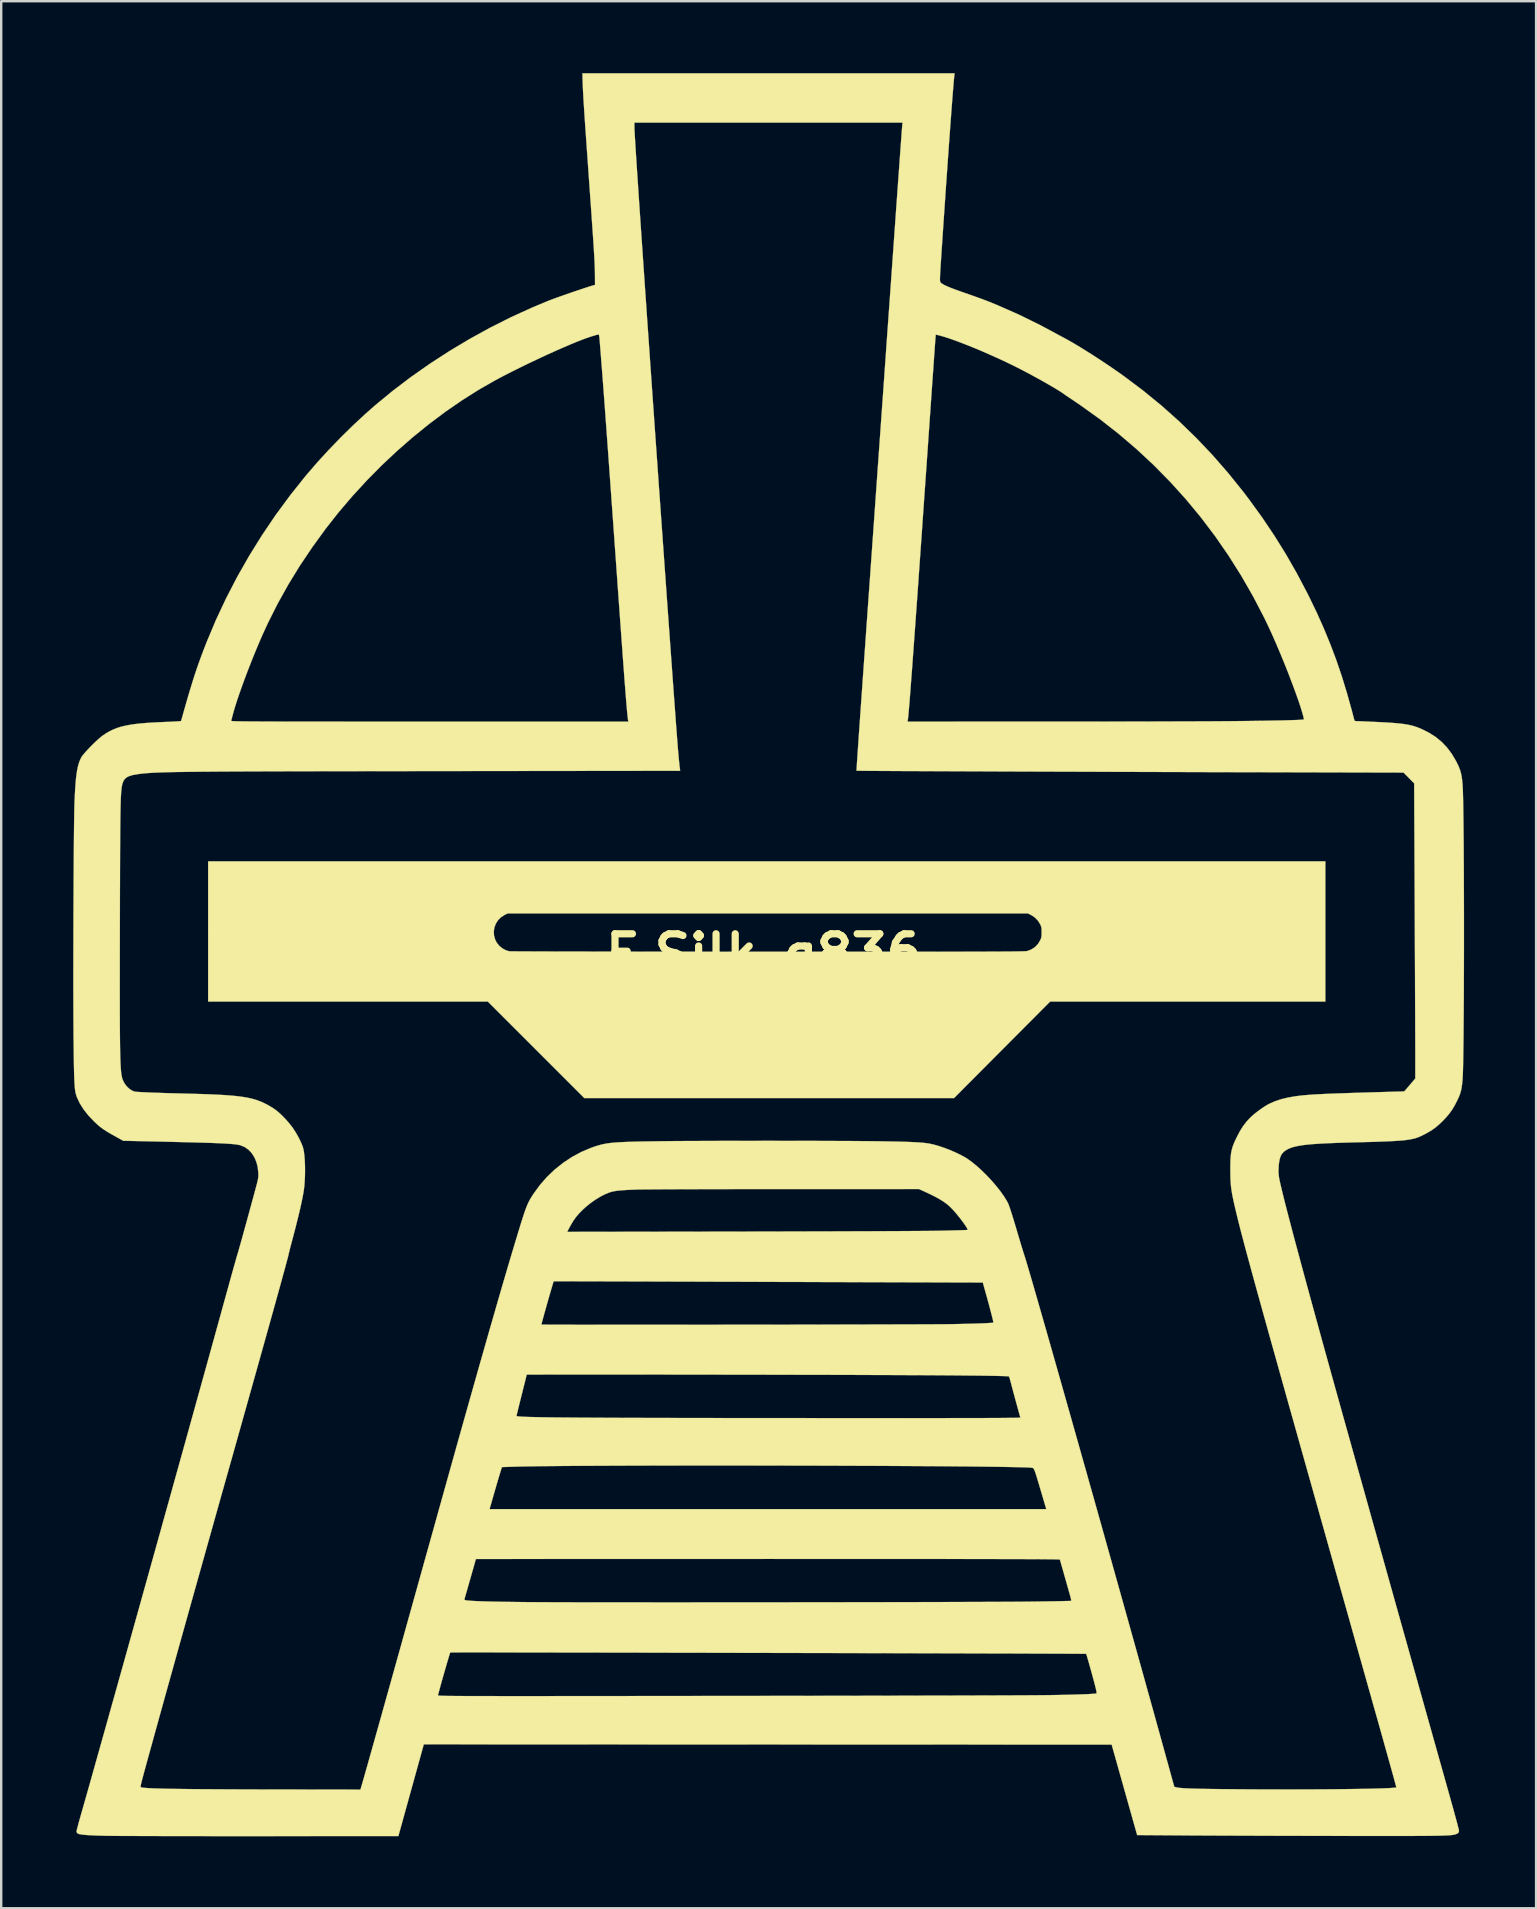
<source format=kicad_pcb>
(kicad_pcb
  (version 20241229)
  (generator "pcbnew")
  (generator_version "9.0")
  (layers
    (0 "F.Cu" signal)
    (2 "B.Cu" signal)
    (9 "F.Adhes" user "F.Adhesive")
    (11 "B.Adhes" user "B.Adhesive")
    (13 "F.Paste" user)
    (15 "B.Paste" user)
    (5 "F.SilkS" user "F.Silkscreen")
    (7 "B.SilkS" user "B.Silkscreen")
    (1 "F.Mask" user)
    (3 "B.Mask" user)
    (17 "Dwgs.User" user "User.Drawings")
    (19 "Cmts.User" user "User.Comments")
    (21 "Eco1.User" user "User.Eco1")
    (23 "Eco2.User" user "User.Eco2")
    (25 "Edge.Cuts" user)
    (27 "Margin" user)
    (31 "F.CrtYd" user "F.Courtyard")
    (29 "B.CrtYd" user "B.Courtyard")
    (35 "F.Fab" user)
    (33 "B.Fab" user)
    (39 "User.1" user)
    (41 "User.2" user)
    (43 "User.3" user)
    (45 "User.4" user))
  (footprint "F.Silk_g836"
    (layer "F.Cu")
    (at 28.777 36.687)
    (property "Reference" "F.Silk_g836" (at 0 0 0) (layer "F.SilkS") (effects (font (size 1.524 1.524) (thickness 0.3))))
    (attr through_hole)
    (fp_poly (pts (xy 23.389 1.99) (xy 11.922 1.99) (xy 9.92 4) (xy 7.919 6.011) (xy -7.482 6.011) (xy -9.493 4) (xy -11.504 1.99) (xy -23.156 1.99) (xy -23.156 -0.936) (xy -11.255 -0.936) (xy -11.246 -0.766) (xy -11.2 -0.598) (xy -11.13 -0.461) (xy -11.025 -0.332) (xy -10.893 -0.224) (xy -10.743 -0.144) (xy -10.618 -0.107) (xy -10.592 -0.106) (xy -10.524 -0.104) (xy -10.417 -0.103) (xy -10.271 -0.102) (xy -10.088 -0.101) (xy -9.869 -0.1) (xy -9.615 -0.099) (xy -9.328 -0.098) (xy -9.009 -0.097) (xy -8.658 -0.096) (xy -8.279 -0.095) (xy -7.871 -0.095) (xy -7.436 -0.094) (xy -6.975 -0.093) (xy -6.489 -0.092) (xy -5.981 -0.091) (xy -5.451 -0.091) (xy -4.899 -0.09) (xy -4.329 -0.09) (xy -3.74 -0.089) (xy -3.135 -0.089) (xy -2.514 -0.088) (xy -1.878 -0.088) (xy -1.23 -0.087) (xy -0.57 -0.087) (xy 0.1 -0.087) (xy 0.16 -0.087) (xy 0.969 -0.087) (xy 1.736 -0.087) (xy 2.464 -0.087) (xy 3.152 -0.087) (xy 3.803 -0.086) (xy 4.416 -0.086) (xy 4.994 -0.087) (xy 5.537 -0.087) (xy 6.046 -0.087) (xy 6.522 -0.087) (xy 6.967 -0.087) (xy 7.382 -0.088) (xy 7.767 -0.088) (xy 8.124 -0.088) (xy 8.453 -0.089) (xy 8.756 -0.09) (xy 9.034 -0.09) (xy 9.289 -0.091) (xy 9.52 -0.092) (xy 9.729 -0.093) (xy 9.918 -0.094) (xy 10.087 -0.095) (xy 10.237 -0.096) (xy 10.37 -0.097) (xy 10.486 -0.099) (xy 10.587 -0.1) (xy 10.673 -0.102) (xy 10.746 -0.103) (xy 10.807 -0.105) (xy 10.857 -0.107) (xy 10.897 -0.109) (xy 10.928 -0.111) (xy 10.951 -0.113) (xy 10.968 -0.116) (xy 10.976 -0.117) (xy 11.144 -0.183) (xy 11.294 -0.283) (xy 11.419 -0.415) (xy 11.512 -0.569) (xy 11.539 -0.631) (xy 11.555 -0.689) (xy 11.564 -0.755) (xy 11.567 -0.844) (xy 11.568 -0.9) (xy 11.566 -1.002) (xy 11.561 -1.075) (xy 11.549 -1.133) (xy 11.528 -1.189) (xy 11.505 -1.238) (xy 11.409 -1.389) (xy 11.281 -1.518) (xy 11.131 -1.617) (xy 11.123 -1.621) (xy 10.996 -1.683) (xy -10.679 -1.683) (xy -10.797 -1.625) (xy -10.95 -1.528) (xy -11.074 -1.405) (xy -11.167 -1.261) (xy -11.228 -1.103) (xy -11.255 -0.936) (xy -23.156 -0.936) (xy -23.156 -3.852) (xy 23.389 -3.852) (xy 23.389 1.99)) (stroke (width 0.01) (type solid)) (fill yes) (layer "F.SilkS"))
    (fp_poly (pts (xy 7.929 -36.571) (xy 7.92 -36.482) (xy 7.908 -36.354) (xy 7.894 -36.187) (xy 7.877 -35.983) (xy 7.858 -35.746) (xy 7.837 -35.476) (xy 7.814 -35.175) (xy 7.79 -34.846) (xy 7.763 -34.49) (xy 7.736 -34.11) (xy 7.706 -33.707) (xy 7.676 -33.283) (xy 7.645 -32.841) (xy 7.613 -32.382) (xy 7.579 -31.908) (xy 7.546 -31.422) (xy 7.512 -30.924) (xy 7.477 -30.418) (xy 7.473 -30.353) (xy 7.449 -29.992) (xy 7.427 -29.671) (xy 7.408 -29.387) (xy 7.391 -29.139) (xy 7.377 -28.922) (xy 7.365 -28.737) (xy 7.355 -28.579) (xy 7.347 -28.446) (xy 7.341 -28.336) (xy 7.337 -28.247) (xy 7.334 -28.176) (xy 7.333 -28.121) (xy 7.333 -28.079) (xy 7.334 -28.048) (xy 7.337 -28.026) (xy 7.34 -28.01) (xy 7.345 -27.998) (xy 7.349 -27.987) (xy 7.378 -27.95) (xy 7.434 -27.909) (xy 7.517 -27.862) (xy 7.632 -27.808) (xy 7.78 -27.747) (xy 7.963 -27.677) (xy 8.184 -27.598) (xy 8.297 -27.558) (xy 8.536 -27.475) (xy 8.74 -27.403) (xy 8.919 -27.339) (xy 9.078 -27.281) (xy 9.224 -27.226) (xy 9.364 -27.172) (xy 9.505 -27.115) (xy 9.653 -27.054) (xy 9.729 -27.023) (xy 10.609 -26.635) (xy 11.475 -26.21) (xy 11.906 -25.981) (xy 12.036 -25.911) (xy 12.167 -25.84) (xy 12.289 -25.774) (xy 12.393 -25.719) (xy 12.467 -25.679) (xy 12.672 -25.568) (xy 12.905 -25.434) (xy 13.161 -25.281) (xy 13.433 -25.112) (xy 13.718 -24.932) (xy 14.009 -24.743) (xy 14.301 -24.549) (xy 14.588 -24.353) (xy 14.866 -24.159) (xy 15 -24.063) (xy 15.792 -23.468) (xy 16.556 -22.844) (xy 17.291 -22.189) (xy 17.999 -21.503) (xy 18.682 -20.784) (xy 19.339 -20.031) (xy 19.972 -19.245) (xy 20.217 -18.922) (xy 20.762 -18.168) (xy 21.271 -17.41) (xy 21.749 -16.641) (xy 22.201 -15.851) (xy 22.633 -15.032) (xy 22.709 -14.88) (xy 23.031 -14.214) (xy 23.325 -13.556) (xy 23.595 -12.899) (xy 23.845 -12.236) (xy 24.076 -11.557) (xy 24.291 -10.855) (xy 24.495 -10.122) (xy 24.557 -9.883) (xy 24.581 -9.794) (xy 24.598 -9.739) (xy 24.615 -9.709) (xy 24.635 -9.697) (xy 24.664 -9.694) (xy 24.671 -9.694) (xy 24.707 -9.693) (xy 24.781 -9.691) (xy 24.885 -9.687) (xy 25.015 -9.681) (xy 25.166 -9.675) (xy 25.331 -9.667) (xy 25.444 -9.662) (xy 25.743 -9.648) (xy 26.005 -9.633) (xy 26.233 -9.617) (xy 26.431 -9.6) (xy 26.605 -9.58) (xy 26.758 -9.558) (xy 26.895 -9.532) (xy 27.02 -9.502) (xy 27.137 -9.467) (xy 27.251 -9.426) (xy 27.366 -9.379) (xy 27.396 -9.366) (xy 27.709 -9.21) (xy 27.988 -9.032) (xy 28.237 -8.827) (xy 28.459 -8.594) (xy 28.657 -8.329) (xy 28.834 -8.029) (xy 28.901 -7.895) (xy 28.96 -7.763) (xy 29.006 -7.641) (xy 29.041 -7.519) (xy 29.067 -7.385) (xy 29.089 -7.228) (xy 29.104 -7.07) (xy 29.11 -6.976) (xy 29.116 -6.843) (xy 29.122 -6.672) (xy 29.127 -6.466) (xy 29.132 -6.226) (xy 29.136 -5.955) (xy 29.14 -5.656) (xy 29.144 -5.331) (xy 29.147 -4.982) (xy 29.151 -4.61) (xy 29.153 -4.22) (xy 29.156 -3.812) (xy 29.158 -3.39) (xy 29.159 -2.954) (xy 29.161 -2.509) (xy 29.162 -2.056) (xy 29.163 -1.597) (xy 29.163 -1.134) (xy 29.163 -0.671) (xy 29.163 -0.208) (xy 29.162 0.251) (xy 29.161 0.704) (xy 29.159 1.149) (xy 29.158 1.584) (xy 29.156 2.006) (xy 29.153 2.413) (xy 29.15 2.803) (xy 29.147 3.173) (xy 29.144 3.522) (xy 29.14 3.847) (xy 29.136 4.145) (xy 29.132 4.414) (xy 29.127 4.653) (xy 29.122 4.858) (xy 29.116 5.028) (xy 29.11 5.16) (xy 29.104 5.249) (xy 29.086 5.431) (xy 29.065 5.581) (xy 29.038 5.711) (xy 29.002 5.831) (xy 28.956 5.952) (xy 28.895 6.085) (xy 28.894 6.088) (xy 28.783 6.305) (xy 28.672 6.492) (xy 28.551 6.661) (xy 28.413 6.824) (xy 28.279 6.964) (xy 28.129 7.108) (xy 27.989 7.227) (xy 27.845 7.332) (xy 27.685 7.43) (xy 27.508 7.527) (xy 27.424 7.569) (xy 27.342 7.607) (xy 27.26 7.641) (xy 27.176 7.671) (xy 27.085 7.697) (xy 26.985 7.72) (xy 26.873 7.74) (xy 26.747 7.758) (xy 26.603 7.774) (xy 26.439 7.787) (xy 26.251 7.799) (xy 26.037 7.81) (xy 25.793 7.82) (xy 25.518 7.83) (xy 25.208 7.839) (xy 24.859 7.848) (xy 24.659 7.853) (xy 24.262 7.864) (xy 23.904 7.875) (xy 23.583 7.888) (xy 23.297 7.901) (xy 23.043 7.916) (xy 22.819 7.932) (xy 22.622 7.951) (xy 22.449 7.972) (xy 22.298 7.996) (xy 22.166 8.022) (xy 22.051 8.051) (xy 21.95 8.084) (xy 21.861 8.121) (xy 21.78 8.162) (xy 21.766 8.17) (xy 21.663 8.242) (xy 21.583 8.329) (xy 21.524 8.436) (xy 21.482 8.569) (xy 21.455 8.734) (xy 21.444 8.869) (xy 21.437 9.024) (xy 21.44 9.153) (xy 21.452 9.271) (xy 21.458 9.313) (xy 21.48 9.426) (xy 21.513 9.578) (xy 21.558 9.77) (xy 21.614 10.002) (xy 21.681 10.273) (xy 21.76 10.582) (xy 21.85 10.929) (xy 21.951 11.314) (xy 22.062 11.736) (xy 22.185 12.195) (xy 22.318 12.69) (xy 22.461 13.221) (xy 22.615 13.787) (xy 22.779 14.389) (xy 22.954 15.025) (xy 23.138 15.695) (xy 23.332 16.399) (xy 23.537 17.136) (xy 23.751 17.907) (xy 23.815 18.14) (xy 23.879 18.367) (xy 23.953 18.632) (xy 24.037 18.934) (xy 24.131 19.271) (xy 24.234 19.639) (xy 24.346 20.038) (xy 24.465 20.465) (xy 24.592 20.918) (xy 24.725 21.395) (xy 24.865 21.894) (xy 25.01 22.412) (xy 25.16 22.948) (xy 25.314 23.499) (xy 25.472 24.063) (xy 25.634 24.639) (xy 25.798 25.224) (xy 25.964 25.815) (xy 26.131 26.412) (xy 26.299 27.011) (xy 26.467 27.611) (xy 26.635 28.209) (xy 26.802 28.804) (xy 26.967 29.393) (xy 27.13 29.974) (xy 27.29 30.545) (xy 27.447 31.105) (xy 27.6 31.65) (xy 27.749 32.179) (xy 27.892 32.689) (xy 28.03 33.179) (xy 28.161 33.646) (xy 28.286 34.089) (xy 28.403 34.504) (xy 28.511 34.891) (xy 28.555 35.047) (xy 28.622 35.285) (xy 28.686 35.513) (xy 28.745 35.726) (xy 28.798 35.922) (xy 28.845 36.096) (xy 28.886 36.246) (xy 28.917 36.368) (xy 28.94 36.458) (xy 28.953 36.513) (xy 28.956 36.528) (xy 28.948 36.59) (xy 28.919 36.631) (xy 28.859 36.664) (xy 28.848 36.669) (xy 28.824 36.679) (xy 28.796 36.687) (xy 28.764 36.696) (xy 28.727 36.703) (xy 28.681 36.71) (xy 28.626 36.716) (xy 28.56 36.722) (xy 28.481 36.727) (xy 28.388 36.731) (xy 28.279 36.735) (xy 28.152 36.739) (xy 28.006 36.741) (xy 27.838 36.744) (xy 27.648 36.746) (xy 27.434 36.748) (xy 27.194 36.749) (xy 26.926 36.75) (xy 26.629 36.751) (xy 26.3 36.751) (xy 25.939 36.751) (xy 25.544 36.751) (xy 25.113 36.751) (xy 24.644 36.75) (xy 24.136 36.749) (xy 23.686 36.749) (xy 23.223 36.748) (xy 22.755 36.747) (xy 22.285 36.746) (xy 21.816 36.745) (xy 21.351 36.744) (xy 20.892 36.742) (xy 20.444 36.741) (xy 20.01 36.739) (xy 19.592 36.738) (xy 19.194 36.737) (xy 18.819 36.735) (xy 18.47 36.734) (xy 18.151 36.732) (xy 17.864 36.731) (xy 17.612 36.729) (xy 17.4 36.728) (xy 17.378 36.727) (xy 15.548 36.714) (xy 15.017 34.83) (xy 14.486 32.946) (xy 0.158 32.941) (xy -14.171 32.935) (xy -14.701 34.846) (xy -15.23 36.756) (xy -20.998 36.758) (xy -21.498 36.758) (xy -21.992 36.758) (xy -22.477 36.758) (xy -22.951 36.758) (xy -23.414 36.757) (xy -23.861 36.757) (xy -24.292 36.756) (xy -24.705 36.756) (xy -25.097 36.755) (xy -25.466 36.754) (xy -25.811 36.753) (xy -26.13 36.752) (xy -26.42 36.751) (xy -26.679 36.75) (xy -26.906 36.749) (xy -27.099 36.747) (xy -27.255 36.746) (xy -27.373 36.745) (xy -27.445 36.743) (xy -27.716 36.736) (xy -27.947 36.727) (xy -28.139 36.717) (xy -28.295 36.706) (xy -28.417 36.692) (xy -28.507 36.677) (xy -28.568 36.66) (xy -28.59 36.649) (xy -28.631 36.6) (xy -28.639 36.562) (xy -28.633 36.529) (xy -28.617 36.46) (xy -28.591 36.362) (xy -28.558 36.238) (xy -28.519 36.096) (xy -28.475 35.939) (xy -28.449 35.848) (xy -28.39 35.641) (xy -28.32 35.395) (xy -28.239 35.112) (xy -28.149 34.793) (xy -28.049 34.44) (xy -27.941 34.055) (xy -27.824 33.639) (xy -27.699 33.195) (xy -27.567 32.724) (xy -27.427 32.228) (xy -27.282 31.709) (xy -27.13 31.167) (xy -26.972 30.606) (xy -26.81 30.026) (xy -26.643 29.43) (xy -26.472 28.819) (xy -26.298 28.195) (xy -26.12 27.56) (xy -25.94 26.915) (xy -25.758 26.263) (xy -25.574 25.604) (xy -25.389 24.941) (xy -25.203 24.275) (xy -25.018 23.608) (xy -24.832 22.942) (xy -24.647 22.279) (xy -24.464 21.62) (xy -24.282 20.967) (xy -24.102 20.321) (xy -23.926 19.686) (xy -23.752 19.061) (xy -23.582 18.449) (xy -23.416 17.852) (xy -23.255 17.272) (xy -23.099 16.709) (xy -22.949 16.167) (xy -22.805 15.646) (xy -22.667 15.149) (xy -22.537 14.676) (xy -22.414 14.231) (xy -22.374 14.086) (xy -22.305 13.838) (xy -22.24 13.601) (xy -22.178 13.378) (xy -22.121 13.173) (xy -22.069 12.989) (xy -22.024 12.83) (xy -21.987 12.698) (xy -21.958 12.597) (xy -21.938 12.529) (xy -21.928 12.5) (xy -21.928 12.499) (xy -21.919 12.472) (xy -21.9 12.408) (xy -21.873 12.31) (xy -21.837 12.183) (xy -21.794 12.031) (xy -21.745 11.856) (xy -21.692 11.664) (xy -21.635 11.457) (xy -21.575 11.24) (xy -21.513 11.016) (xy -21.451 10.79) (xy -21.39 10.564) (xy -21.33 10.343) (xy -21.272 10.131) (xy -21.218 9.931) (xy -21.169 9.748) (xy -21.166 9.738) (xy -21.128 9.597) (xy -21.101 9.488) (xy -21.082 9.404) (xy -21.07 9.336) (xy -21.064 9.276) (xy -21.062 9.215) (xy -21.064 9.145) (xy -21.066 9.103) (xy -21.093 8.873) (xy -21.15 8.66) (xy -21.234 8.468) (xy -21.343 8.3) (xy -21.475 8.161) (xy -21.627 8.053) (xy -21.797 7.981) (xy -21.834 7.971) (xy -21.886 7.959) (xy -21.947 7.949) (xy -22.018 7.938) (xy -22.103 7.929) (xy -22.204 7.92) (xy -22.321 7.911) (xy -22.458 7.903) (xy -22.617 7.895) (xy -22.799 7.887) (xy -23.007 7.879) (xy -23.244 7.872) (xy -23.51 7.864) (xy -23.808 7.855) (xy -24.141 7.847) (xy -24.51 7.838) (xy -24.918 7.828) (xy -25.269 7.82) (xy -26.694 7.789) (xy -27.058 7.586) (xy -27.23 7.489) (xy -27.372 7.405) (xy -27.491 7.329) (xy -27.595 7.256) (xy -27.691 7.18) (xy -27.787 7.097) (xy -27.89 7) (xy -27.915 6.976) (xy -28.148 6.73) (xy -28.345 6.48) (xy -28.503 6.229) (xy -28.62 5.98) (xy -28.636 5.937) (xy -28.652 5.889) (xy -28.667 5.838) (xy -28.68 5.782) (xy -28.692 5.719) (xy -28.702 5.645) (xy -28.711 5.558) (xy -28.719 5.455) (xy -28.726 5.335) (xy -28.732 5.194) (xy -28.738 5.029) (xy -28.743 4.839) (xy -28.747 4.621) (xy -28.751 4.372) (xy -28.755 4.089) (xy -28.759 3.77) (xy -28.763 3.413) (xy -28.764 3.236) (xy -28.766 2.992) (xy -28.768 2.718) (xy -28.769 2.417) (xy -28.77 2.091) (xy -28.771 1.743) (xy -28.771 1.455) (xy -26.837 1.455) (xy -26.836 1.871) (xy -26.836 2.253) (xy -26.835 2.604) (xy -26.834 2.925) (xy -26.832 3.217) (xy -26.83 3.481) (xy -26.827 3.72) (xy -26.824 3.936) (xy -26.82 4.128) (xy -26.816 4.3) (xy -26.811 4.451) (xy -26.805 4.585) (xy -26.799 4.703) (xy -26.792 4.805) (xy -26.784 4.894) (xy -26.776 4.971) (xy -26.766 5.038) (xy -26.756 5.096) (xy -26.745 5.146) (xy -26.734 5.19) (xy -26.721 5.231) (xy -26.711 5.258) (xy -26.647 5.387) (xy -26.56 5.506) (xy -26.457 5.609) (xy -26.345 5.688) (xy -26.233 5.736) (xy -26.188 5.745) (xy -26.114 5.752) (xy -26.001 5.759) (xy -25.852 5.767) (xy -25.672 5.775) (xy -25.462 5.784) (xy -25.228 5.792) (xy -24.971 5.801) (xy -24.696 5.809) (xy -24.405 5.816) (xy -24.225 5.821) (xy -23.82 5.831) (xy -23.454 5.842) (xy -23.125 5.853) (xy -22.829 5.866) (xy -22.564 5.88) (xy -22.327 5.896) (xy -22.114 5.913) (xy -21.924 5.933) (xy -21.753 5.955) (xy -21.599 5.979) (xy -21.457 6.007) (xy -21.326 6.037) (xy -21.203 6.072) (xy -21.118 6.098) (xy -20.916 6.176) (xy -20.702 6.28) (xy -20.494 6.401) (xy -20.357 6.493) (xy -20.232 6.592) (xy -20.094 6.719) (xy -19.952 6.863) (xy -19.815 7.017) (xy -19.691 7.169) (xy -19.638 7.241) (xy -19.543 7.384) (xy -19.448 7.541) (xy -19.361 7.703) (xy -19.286 7.859) (xy -19.228 7.999) (xy -19.199 8.086) (xy -19.171 8.218) (xy -19.148 8.385) (xy -19.132 8.578) (xy -19.122 8.791) (xy -19.119 9.014) (xy -19.122 9.241) (xy -19.132 9.464) (xy -19.148 9.675) (xy -19.172 9.867) (xy -19.178 9.906) (xy -19.217 10.122) (xy -19.269 10.377) (xy -19.335 10.671) (xy -19.415 11.003) (xy -19.508 11.375) (xy -19.615 11.786) (xy -19.664 11.97) (xy -19.701 12.108) (xy -19.734 12.237) (xy -19.763 12.348) (xy -19.785 12.436) (xy -19.798 12.493) (xy -19.801 12.507) (xy -19.81 12.547) (xy -19.828 12.62) (xy -19.856 12.726) (xy -19.893 12.865) (xy -19.939 13.038) (xy -19.996 13.245) (xy -20.062 13.486) (xy -20.138 13.763) (xy -20.224 14.074) (xy -20.321 14.422) (xy -20.427 14.805) (xy -20.544 15.225) (xy -20.672 15.682) (xy -20.81 16.176) (xy -20.959 16.708) (xy -21.119 17.279) (xy -21.29 17.887) (xy -21.472 18.535) (xy -21.665 19.222) (xy -21.869 19.949) (xy -22.085 20.716) (xy -22.158 20.976) (xy -22.436 21.962) (xy -22.705 22.917) (xy -22.964 23.841) (xy -23.215 24.733) (xy -23.456 25.593) (xy -23.688 26.419) (xy -23.91 27.21) (xy -24.122 27.968) (xy -24.324 28.689) (xy -24.515 29.375) (xy -24.696 30.024) (xy -24.867 30.636) (xy -25.026 31.21) (xy -25.175 31.745) (xy -25.312 32.24) (xy -25.438 32.696) (xy -25.44 32.703) (xy -25.531 33.032) (xy -25.612 33.324) (xy -25.682 33.579) (xy -25.743 33.801) (xy -25.795 33.992) (xy -25.839 34.153) (xy -25.875 34.289) (xy -25.905 34.4) (xy -25.928 34.49) (xy -25.945 34.561) (xy -25.957 34.615) (xy -25.965 34.654) (xy -25.969 34.682) (xy -25.97 34.699) (xy -25.968 34.71) (xy -25.964 34.716) (xy -25.961 34.719) (xy -25.935 34.728) (xy -25.891 34.736) (xy -25.826 34.745) (xy -25.74 34.752) (xy -25.632 34.759) (xy -25.501 34.766) (xy -25.344 34.772) (xy -25.162 34.777) (xy -24.953 34.782) (xy -24.716 34.787) (xy -24.45 34.791) (xy -24.153 34.795) (xy -23.825 34.799) (xy -23.464 34.802) (xy -23.069 34.804) (xy -22.639 34.807) (xy -22.173 34.809) (xy -21.67 34.811) (xy -21.128 34.813) (xy -20.547 34.814) (xy -19.925 34.815) (xy -19.673 34.815) (xy -16.813 34.819) (xy -16.788 34.74) (xy -16.77 34.682) (xy -16.742 34.584) (xy -16.702 34.445) (xy -16.65 34.266) (xy -16.588 34.046) (xy -16.514 33.786) (xy -16.43 33.486) (xy -16.334 33.146) (xy -16.227 32.766) (xy -16.109 32.346) (xy -15.98 31.886) (xy -15.84 31.387) (xy -15.702 30.893) (xy -13.582 30.893) (xy -13.581 30.896) (xy -13.576 30.898) (xy -13.567 30.901) (xy -13.553 30.903) (xy -13.533 30.905) (xy -13.506 30.907) (xy -13.471 30.909) (xy -13.427 30.911) (xy -13.373 30.913) (xy -13.307 30.914) (xy -13.229 30.916) (xy -13.139 30.917) (xy -13.033 30.918) (xy -12.913 30.919) (xy -12.777 30.92) (xy -12.623 30.921) (xy -12.451 30.922) (xy -12.259 30.923) (xy -12.048 30.923) (xy -11.815 30.924) (xy -11.559 30.924) (xy -11.28 30.924) (xy -10.977 30.925) (xy -10.648 30.925) (xy -10.293 30.925) (xy -9.911 30.925) (xy -9.5 30.925) (xy -9.059 30.925) (xy -8.588 30.924) (xy -8.086 30.924) (xy -7.551 30.924) (xy -6.982 30.923) (xy -6.379 30.923) (xy -5.74 30.922) (xy -5.065 30.921) (xy -4.351 30.921) (xy -3.6 30.92) (xy -2.808 30.919) (xy -1.976 30.918) (xy -1.458 30.918) (xy -0.634 30.917) (xy 0.173 30.916) (xy 0.963 30.915) (xy 1.734 30.914) (xy 2.487 30.913) (xy 3.219 30.912) (xy 3.929 30.911) (xy 4.618 30.909) (xy 5.282 30.908) (xy 5.923 30.907) (xy 6.537 30.905) (xy 7.125 30.904) (xy 7.685 30.903) (xy 8.217 30.901) (xy 8.718 30.9) (xy 9.189 30.898) (xy 9.628 30.897) (xy 10.034 30.895) (xy 10.406 30.894) (xy 10.743 30.892) (xy 11.043 30.891) (xy 11.307 30.889) (xy 11.532 30.888) (xy 11.718 30.886) (xy 11.864 30.884) (xy 11.959 30.883) (xy 12.306 30.877) (xy 12.622 30.87) (xy 12.904 30.863) (xy 13.153 30.855) (xy 13.366 30.848) (xy 13.543 30.84) (xy 13.681 30.832) (xy 13.781 30.824) (xy 13.841 30.816) (xy 13.859 30.81) (xy 13.859 30.786) (xy 13.852 30.731) (xy 13.837 30.657) (xy 13.832 30.635) (xy 13.816 30.568) (xy 13.792 30.472) (xy 13.761 30.355) (xy 13.725 30.22) (xy 13.685 30.074) (xy 13.644 29.922) (xy 13.601 29.77) (xy 13.56 29.623) (xy 13.522 29.487) (xy 13.487 29.369) (xy 13.459 29.272) (xy 13.438 29.203) (xy 13.425 29.168) (xy 13.423 29.165) (xy 13.402 29.164) (xy 13.339 29.163) (xy 13.237 29.162) (xy 13.096 29.161) (xy 12.919 29.16) (xy 12.707 29.159) (xy 12.46 29.158) (xy 12.181 29.157) (xy 11.87 29.156) (xy 11.53 29.154) (xy 11.161 29.153) (xy 10.765 29.152) (xy 10.343 29.15) (xy 9.897 29.149) (xy 9.427 29.148) (xy 8.937 29.146) (xy 8.426 29.145) (xy 7.896 29.143) (xy 7.349 29.142) (xy 6.785 29.14) (xy 6.207 29.139) (xy 5.616 29.137) (xy 5.013 29.136) (xy 4.399 29.134) (xy 3.777 29.133) (xy 3.146 29.131) (xy 2.509 29.13) (xy 1.867 29.129) (xy 1.222 29.127) (xy 0.574 29.126) (xy -0.075 29.124) (xy -0.723 29.123) (xy -1.369 29.122) (xy -2.012 29.12) (xy -2.65 29.119) (xy -3.282 29.118) (xy -3.907 29.117) (xy -4.523 29.115) (xy -5.129 29.114) (xy -5.723 29.113) (xy -6.304 29.112) (xy -6.87 29.111) (xy -7.421 29.11) (xy -7.955 29.11) (xy -8.47 29.109) (xy -8.966 29.108) (xy -9.44 29.107) (xy -9.891 29.107) (xy -10.319 29.106) (xy -10.721 29.106) (xy -11.096 29.106) (xy -11.443 29.105) (xy -11.76 29.105) (xy -12.047 29.105) (xy -12.301 29.105) (xy -12.521 29.105) (xy -12.707 29.106) (xy -12.855 29.106) (xy -12.966 29.106) (xy -13.038 29.107) (xy -13.069 29.107) (xy -13.07 29.108) (xy -13.079 29.13) (xy -13.097 29.188) (xy -13.124 29.276) (xy -13.158 29.388) (xy -13.197 29.519) (xy -13.239 29.664) (xy -13.283 29.817) (xy -13.328 29.973) (xy -13.372 30.126) (xy -13.413 30.271) (xy -13.45 30.402) (xy -13.481 30.515) (xy -13.486 30.533) (xy -13.516 30.646) (xy -13.543 30.746) (xy -13.565 30.826) (xy -13.579 30.878) (xy -13.582 30.89) (xy -13.582 30.893) (xy -15.702 30.893) (xy -15.689 30.848) (xy -15.527 30.269) (xy -15.355 29.652) (xy -15.171 28.995) (xy -14.977 28.299) (xy -14.772 27.564) (xy -14.588 26.907) (xy -12.478 26.907) (xy -12.453 26.924) (xy -12.42 26.932) (xy -12.346 26.942) (xy -12.24 26.952) (xy -12.1 26.961) (xy -11.926 26.969) (xy -11.716 26.977) (xy -11.47 26.984) (xy -11.186 26.99) (xy -10.864 26.996) (xy -10.502 27.001) (xy -10.099 27.006) (xy -9.853 27.009) (xy -9.674 27.01) (xy -9.456 27.011) (xy -9.2 27.013) (xy -8.908 27.014) (xy -8.582 27.015) (xy -8.224 27.016) (xy -7.836 27.017) (xy -7.42 27.017) (xy -6.977 27.018) (xy -6.509 27.018) (xy -6.018 27.019) (xy -5.507 27.019) (xy -4.976 27.019) (xy -4.428 27.02) (xy -3.864 27.02) (xy -3.287 27.02) (xy -2.698 27.019) (xy -2.099 27.019) (xy -1.492 27.019) (xy -0.879 27.019) (xy -0.261 27.018) (xy 0.359 27.018) (xy 0.98 27.017) (xy 1.6 27.016) (xy 2.217 27.016) (xy 2.829 27.015) (xy 3.435 27.014) (xy 4.032 27.013) (xy 4.618 27.012) (xy 5.193 27.011) (xy 5.753 27.01) (xy 6.298 27.009) (xy 6.825 27.007) (xy 7.332 27.006) (xy 7.818 27.005) (xy 8.28 27.003) (xy 8.718 27.002) (xy 9.128 27) (xy 9.51 26.999) (xy 9.861 26.997) (xy 10.18 26.996) (xy 10.465 26.994) (xy 10.713 26.992) (xy 10.923 26.991) (xy 11.093 26.989) (xy 11.143 26.988) (xy 11.403 26.985) (xy 11.651 26.981) (xy 11.883 26.977) (xy 12.097 26.974) (xy 12.288 26.97) (xy 12.454 26.967) (xy 12.592 26.963) (xy 12.698 26.961) (xy 12.768 26.958) (xy 12.801 26.956) (xy 12.802 26.956) (xy 12.802 26.932) (xy 12.791 26.877) (xy 12.772 26.801) (xy 12.759 26.749) (xy 12.743 26.693) (xy 12.718 26.605) (xy 12.686 26.492) (xy 12.648 26.359) (xy 12.607 26.212) (xy 12.563 26.057) (xy 12.518 25.9) (xy 12.475 25.747) (xy 12.434 25.603) (xy 12.397 25.475) (xy 12.367 25.369) (xy 12.344 25.289) (xy 12.33 25.243) (xy 12.328 25.236) (xy 12.32 25.234) (xy 12.297 25.232) (xy 12.258 25.23) (xy 12.203 25.229) (xy 12.129 25.227) (xy 12.036 25.226) (xy 11.925 25.224) (xy 11.792 25.223) (xy 11.639 25.222) (xy 11.463 25.22) (xy 11.265 25.219) (xy 11.042 25.218) (xy 10.795 25.217) (xy 10.522 25.216) (xy 10.222 25.216) (xy 9.895 25.215) (xy 9.54 25.214) (xy 9.156 25.213) (xy 8.742 25.213) (xy 8.297 25.212) (xy 7.82 25.212) (xy 7.31 25.211) (xy 6.767 25.211) (xy 6.189 25.211) (xy 5.577 25.21) (xy 4.928 25.21) (xy 4.242 25.21) (xy 3.518 25.21) (xy 2.755 25.21) (xy 1.953 25.21) (xy 1.11 25.21) (xy 0.226 25.209) (xy 0.159 25.209) (xy -0.556 25.21) (xy -1.261 25.21) (xy -1.954 25.21) (xy -2.635 25.21) (xy -3.301 25.21) (xy -3.952 25.21) (xy -4.586 25.21) (xy -5.203 25.21) (xy -5.8 25.21) (xy -6.378 25.21) (xy -6.935 25.211) (xy -7.469 25.211) (xy -7.979 25.211) (xy -8.465 25.211) (xy -8.925 25.211) (xy -9.357 25.212) (xy -9.761 25.212) (xy -10.136 25.212) (xy -10.48 25.212) (xy -10.793 25.213) (xy -11.072 25.213) (xy -11.317 25.213) (xy -11.526 25.213) (xy -11.699 25.214) (xy -11.834 25.214) (xy -11.93 25.214) (xy -11.986 25.215) (xy -12.002 25.215) (xy -12.007 25.236) (xy -12.023 25.292) (xy -12.047 25.378) (xy -12.079 25.49) (xy -12.116 25.621) (xy -12.158 25.767) (xy -12.202 25.922) (xy -12.248 26.081) (xy -12.293 26.239) (xy -12.336 26.391) (xy -12.376 26.531) (xy -12.412 26.654) (xy -12.441 26.756) (xy -12.462 26.83) (xy -12.474 26.871) (xy -12.476 26.877) (xy -12.478 26.907) (xy -14.588 26.907) (xy -14.556 26.79) (xy -14.531 26.702) (xy -14.431 26.341) (xy -14.325 25.962) (xy -14.215 25.568) (xy -14.103 25.166) (xy -13.99 24.762) (xy -13.878 24.361) (xy -13.768 23.968) (xy -13.663 23.59) (xy -13.563 23.232) (xy -13.536 23.135) (xy -11.433 23.135) (xy 11.762 23.135) (xy 11.545 22.4) (xy 11.479 22.176) (xy 11.423 21.99) (xy 11.377 21.837) (xy 11.339 21.715) (xy 11.308 21.619) (xy 11.282 21.547) (xy 11.26 21.495) (xy 11.241 21.459) (xy 11.223 21.436) (xy 11.205 21.423) (xy 11.187 21.416) (xy 11.17 21.413) (xy 11.117 21.407) (xy 11.024 21.401) (xy 10.891 21.396) (xy 10.721 21.391) (xy 10.515 21.386) (xy 10.274 21.381) (xy 10.001 21.376) (xy 9.696 21.371) (xy 9.361 21.367) (xy 8.999 21.363) (xy 8.609 21.358) (xy 8.195 21.355) (xy 7.758 21.351) (xy 7.299 21.347) (xy 6.819 21.344) (xy 6.321 21.341) (xy 5.806 21.338) (xy 5.275 21.335) (xy 4.731 21.332) (xy 4.174 21.33) (xy 3.606 21.328) (xy 3.03 21.326) (xy 2.445 21.324) (xy 1.855 21.322) (xy 1.26 21.321) (xy 0.663 21.32) (xy 0.064 21.319) (xy -0.534 21.318) (xy -1.131 21.318) (xy -1.724 21.318) (xy -2.312 21.318) (xy -2.893 21.318) (xy -3.466 21.318) (xy -4.03 21.319) (xy -4.582 21.32) (xy -5.121 21.321) (xy -5.645 21.323) (xy -6.153 21.325) (xy -6.644 21.327) (xy -7.115 21.329) (xy -7.565 21.331) (xy -7.993 21.334) (xy -8.397 21.337) (xy -8.776 21.341) (xy -9.127 21.344) (xy -9.449 21.348) (xy -9.741 21.353) (xy -10.001 21.357) (xy -10.228 21.362) (xy -10.419 21.367) (xy -10.501 21.37) (xy -10.917 21.384) (xy -11.003 21.662) (xy -11.033 21.761) (xy -11.072 21.891) (xy -11.117 22.043) (xy -11.165 22.208) (xy -11.214 22.377) (xy -11.248 22.494) (xy -11.29 22.642) (xy -11.329 22.779) (xy -11.363 22.898) (xy -11.39 22.993) (xy -11.41 23.06) (xy -11.419 23.092) (xy -11.419 23.092) (xy -11.433 23.135) (xy -13.536 23.135) (xy -13.47 22.899) (xy -13.386 22.598) (xy -13.332 22.405) (xy -13.062 21.438) (xy -12.802 20.509) (xy -12.552 19.619) (xy -12.448 19.251) (xy -10.308 19.251) (xy -10.302 19.257) (xy -10.284 19.263) (xy -10.252 19.269) (xy -10.206 19.274) (xy -10.145 19.279) (xy -10.068 19.284) (xy -9.974 19.288) (xy -9.862 19.293) (xy -9.732 19.297) (xy -9.582 19.3) (xy -9.411 19.304) (xy -9.218 19.308) (xy -9.004 19.311) (xy -8.766 19.314) (xy -8.504 19.317) (xy -8.217 19.319) (xy -7.904 19.322) (xy -7.564 19.324) (xy -7.196 19.326) (xy -6.799 19.328) (xy -6.373 19.33) (xy -5.917 19.332) (xy -5.429 19.333) (xy -4.909 19.335) (xy -4.355 19.336) (xy -3.768 19.337) (xy -3.145 19.338) (xy -2.487 19.339) (xy -1.791 19.34) (xy -1.058 19.341) (xy -0.287 19.341) (xy 0.524 19.342) (xy 1.376 19.342) (xy 2.269 19.343) (xy 2.368 19.343) (xy 3.098 19.343) (xy 3.787 19.343) (xy 4.435 19.343) (xy 5.045 19.344) (xy 5.616 19.344) (xy 6.15 19.343) (xy 6.649 19.343) (xy 7.112 19.343) (xy 7.541 19.343) (xy 7.938 19.342) (xy 8.303 19.342) (xy 8.637 19.341) (xy 8.942 19.341) (xy 9.217 19.34) (xy 9.466 19.339) (xy 9.688 19.338) (xy 9.884 19.337) (xy 10.056 19.335) (xy 10.205 19.334) (xy 10.331 19.333) (xy 10.437 19.331) (xy 10.522 19.329) (xy 10.588 19.328) (xy 10.636 19.326) (xy 10.667 19.323) (xy 10.682 19.321) (xy 10.684 19.32) (xy 10.674 19.288) (xy 10.655 19.222) (xy 10.628 19.127) (xy 10.595 19.008) (xy 10.557 18.872) (xy 10.517 18.724) (xy 10.475 18.572) (xy 10.434 18.419) (xy 10.395 18.273) (xy 10.359 18.139) (xy 10.328 18.023) (xy 10.307 17.941) (xy 10.278 17.831) (xy 10.251 17.735) (xy 10.228 17.661) (xy 10.213 17.617) (xy 10.208 17.608) (xy 10.187 17.603) (xy 10.132 17.599) (xy 10.043 17.594) (xy 9.92 17.59) (xy 9.762 17.586) (xy 9.569 17.582) (xy 9.341 17.578) (xy 9.078 17.574) (xy 8.778 17.571) (xy 8.442 17.568) (xy 8.069 17.564) (xy 7.659 17.561) (xy 7.211 17.558) (xy 6.725 17.555) (xy 6.202 17.553) (xy 5.639 17.55) (xy 5.038 17.548) (xy 4.397 17.546) (xy 3.717 17.543) (xy 2.996 17.541) (xy 2.235 17.539) (xy 1.433 17.538) (xy 0.59 17.536) (xy -0.294 17.534) (xy -1.221 17.533) (xy -1.371 17.533) (xy -1.968 17.532) (xy -2.556 17.531) (xy -3.13 17.53) (xy -3.692 17.53) (xy -4.238 17.529) (xy -4.768 17.529) (xy -5.279 17.528) (xy -5.772 17.528) (xy -6.244 17.528) (xy -6.693 17.528) (xy -7.119 17.528) (xy -7.521 17.528) (xy -7.895 17.528) (xy -8.242 17.528) (xy -8.56 17.528) (xy -8.848 17.529) (xy -9.103 17.529) (xy -9.325 17.53) (xy -9.512 17.53) (xy -9.662 17.531) (xy -9.775 17.532) (xy -9.849 17.532) (xy -9.883 17.533) (xy -9.885 17.534) (xy -9.89 17.556) (xy -9.904 17.616) (xy -9.927 17.707) (xy -9.956 17.827) (xy -9.992 17.97) (xy -10.033 18.132) (xy -10.077 18.309) (xy -10.097 18.385) (xy -10.142 18.568) (xy -10.185 18.738) (xy -10.223 18.891) (xy -10.255 19.022) (xy -10.281 19.128) (xy -10.298 19.204) (xy -10.307 19.245) (xy -10.308 19.251) (xy -12.448 19.251) (xy -12.312 18.767) (xy -12.082 17.954) (xy -11.863 17.18) (xy -11.653 16.445) (xy -11.455 15.749) (xy -11.367 15.445) (xy -9.271 15.445) (xy -9.25 15.446) (xy -9.189 15.447) (xy -9.088 15.448) (xy -8.951 15.449) (xy -8.778 15.45) (xy -8.571 15.45) (xy -8.332 15.451) (xy -8.063 15.451) (xy -7.766 15.452) (xy -7.441 15.452) (xy -7.092 15.452) (xy -6.719 15.453) (xy -6.325 15.453) (xy -5.91 15.453) (xy -5.478 15.453) (xy -5.028 15.453) (xy -4.565 15.453) (xy -4.088 15.453) (xy -3.599 15.453) (xy -3.101 15.452) (xy -2.596 15.452) (xy -2.084 15.452) (xy -1.567 15.451) (xy -1.048 15.451) (xy -0.528 15.45) (xy -0.009 15.45) (xy 0.508 15.449) (xy 1.02 15.449) (xy 1.527 15.448) (xy 2.026 15.447) (xy 2.516 15.446) (xy 2.995 15.446) (xy 3.461 15.445) (xy 3.912 15.444) (xy 4.347 15.443) (xy 4.764 15.442) (xy 5.162 15.441) (xy 5.538 15.44) (xy 5.891 15.439) (xy 6.219 15.438) (xy 6.521 15.437) (xy 6.794 15.436) (xy 7.037 15.435) (xy 7.248 15.434) (xy 7.426 15.433) (xy 7.569 15.432) (xy 7.675 15.431) (xy 7.709 15.43) (xy 8.025 15.425) (xy 8.317 15.418) (xy 8.584 15.412) (xy 8.823 15.405) (xy 9.032 15.398) (xy 9.209 15.391) (xy 9.353 15.383) (xy 9.46 15.376) (xy 9.529 15.369) (xy 9.559 15.362) (xy 9.559 15.361) (xy 9.556 15.339) (xy 9.544 15.28) (xy 9.523 15.19) (xy 9.494 15.074) (xy 9.458 14.937) (xy 9.418 14.783) (xy 9.374 14.617) (xy 9.327 14.444) (xy 9.279 14.269) (xy 9.25 14.166) (xy 9.118 13.695) (xy 8.459 13.693) (xy 8.39 13.693) (xy 8.281 13.693) (xy 8.132 13.692) (xy 7.946 13.692) (xy 7.724 13.691) (xy 7.468 13.69) (xy 7.178 13.689) (xy 6.858 13.688) (xy 6.508 13.687) (xy 6.13 13.686) (xy 5.725 13.685) (xy 5.296 13.684) (xy 4.843 13.682) (xy 4.369 13.681) (xy 3.874 13.679) (xy 3.361 13.677) (xy 2.831 13.676) (xy 2.286 13.674) (xy 1.727 13.672) (xy 1.156 13.67) (xy 0.575 13.669) (xy -0.016 13.667) (xy -0.476 13.665) (xy -1.066 13.663) (xy -1.644 13.661) (xy -2.211 13.66) (xy -2.764 13.658) (xy -3.301 13.656) (xy -3.822 13.655) (xy -4.325 13.653) (xy -4.809 13.652) (xy -5.272 13.651) (xy -5.712 13.649) (xy -6.129 13.648) (xy -6.521 13.647) (xy -6.886 13.646) (xy -7.223 13.645) (xy -7.531 13.645) (xy -7.807 13.644) (xy -8.052 13.643) (xy -8.262 13.643) (xy -8.438 13.643) (xy -8.576 13.643) (xy -8.677 13.643) (xy -8.738 13.643) (xy -8.759 13.643) (xy -8.767 13.665) (xy -8.786 13.722) (xy -8.812 13.81) (xy -8.846 13.924) (xy -8.885 14.059) (xy -8.929 14.208) (xy -8.975 14.369) (xy -9.022 14.534) (xy -9.069 14.7) (xy -9.114 14.861) (xy -9.157 15.013) (xy -9.194 15.149) (xy -9.226 15.266) (xy -9.25 15.358) (xy -9.266 15.419) (xy -9.271 15.445) (xy -11.367 15.445) (xy -11.266 15.093) (xy -11.088 14.476) (xy -10.921 13.899) (xy -10.764 13.363) (xy -10.618 12.867) (xy -10.482 12.411) (xy -10.357 11.996) (xy -10.33 11.906) (xy -10.244 11.623) (xy -10.232 11.583) (xy -8.198 11.583) (xy -0.972 11.572) (xy -0.323 11.571) (xy 0.31 11.57) (xy 0.926 11.568) (xy 1.524 11.567) (xy 2.101 11.565) (xy 2.657 11.564) (xy 3.191 11.562) (xy 3.7 11.56) (xy 4.183 11.559) (xy 4.64 11.557) (xy 5.068 11.555) (xy 5.466 11.553) (xy 5.832 11.551) (xy 6.166 11.549) (xy 6.465 11.547) (xy 6.729 11.545) (xy 6.956 11.543) (xy 7.144 11.54) (xy 7.292 11.538) (xy 7.365 11.537) (xy 7.578 11.532) (xy 7.778 11.527) (xy 7.96 11.522) (xy 8.122 11.518) (xy 8.259 11.513) (xy 8.368 11.51) (xy 8.443 11.506) (xy 8.482 11.503) (xy 8.486 11.502) (xy 8.483 11.477) (xy 8.457 11.424) (xy 8.41 11.349) (xy 8.348 11.256) (xy 8.272 11.152) (xy 8.188 11.04) (xy 8.098 10.926) (xy 8.007 10.815) (xy 7.918 10.712) (xy 7.848 10.635) (xy 7.736 10.524) (xy 7.615 10.421) (xy 7.479 10.323) (xy 7.325 10.226) (xy 7.145 10.126) (xy 6.935 10.02) (xy 6.716 9.918) (xy 6.457 9.8) (xy 0.853 9.801) (xy 0.353 9.801) (xy -0.139 9.801) (xy -0.62 9.802) (xy -1.089 9.802) (xy -1.543 9.803) (xy -1.982 9.804) (xy -2.402 9.804) (xy -2.803 9.806) (xy -3.181 9.807) (xy -3.536 9.808) (xy -3.865 9.809) (xy -4.166 9.811) (xy -4.438 9.812) (xy -4.678 9.814) (xy -4.884 9.815) (xy -5.055 9.817) (xy -5.189 9.819) (xy -5.283 9.82) (xy -5.317 9.821) (xy -5.553 9.831) (xy -5.751 9.84) (xy -5.917 9.852) (xy -6.056 9.864) (xy -6.173 9.88) (xy -6.274 9.898) (xy -6.363 9.919) (xy -6.435 9.941) (xy -6.619 10.015) (xy -6.819 10.118) (xy -7.026 10.245) (xy -7.231 10.391) (xy -7.427 10.549) (xy -7.578 10.689) (xy -7.718 10.834) (xy -7.833 10.971) (xy -7.936 11.115) (xy -8.034 11.279) (xy -8.087 11.374) (xy -8.198 11.583) (xy -10.232 11.583) (xy -10.169 11.377) (xy -10.103 11.164) (xy -10.045 10.981) (xy -9.994 10.825) (xy -9.947 10.69) (xy -9.905 10.575) (xy -9.865 10.475) (xy -9.826 10.387) (xy -9.787 10.307) (xy -9.746 10.232) (xy -9.702 10.158) (xy -9.653 10.081) (xy -9.599 9.997) (xy -9.594 9.991) (xy -9.331 9.629) (xy -9.036 9.293) (xy -8.713 8.985) (xy -8.365 8.708) (xy -7.995 8.463) (xy -7.606 8.254) (xy -7.201 8.082) (xy -7.07 8.036) (xy -6.965 8.002) (xy -6.865 7.972) (xy -6.765 7.946) (xy -6.662 7.923) (xy -6.552 7.903) (xy -6.433 7.886) (xy -6.301 7.872) (xy -6.152 7.859) (xy -5.984 7.849) (xy -5.791 7.84) (xy -5.573 7.832) (xy -5.324 7.825) (xy -5.041 7.819) (xy -4.722 7.814) (xy -4.519 7.811) (xy -4.3 7.808) (xy -4.041 7.805) (xy -3.748 7.802) (xy -3.422 7.8) (xy -3.067 7.798) (xy -2.687 7.797) (xy -2.285 7.795) (xy -1.864 7.794) (xy -1.428 7.793) (xy -0.981 7.792) (xy -0.525 7.792) (xy -0.064 7.791) (xy 0.398 7.791) (xy 0.859 7.792) (xy 1.315 7.792) (xy 1.761 7.793) (xy 2.196 7.794) (xy 2.616 7.795) (xy 3.016 7.797) (xy 3.395 7.798) (xy 3.748 7.8) (xy 4.072 7.803) (xy 4.363 7.805) (xy 4.619 7.808) (xy 4.805 7.81) (xy 5.139 7.816) (xy 5.434 7.821) (xy 5.693 7.827) (xy 5.921 7.834) (xy 6.119 7.841) (xy 6.291 7.849) (xy 6.441 7.858) (xy 6.572 7.868) (xy 6.687 7.879) (xy 6.79 7.892) (xy 6.884 7.906) (xy 7.071 7.947) (xy 7.284 8.007) (xy 7.511 8.084) (xy 7.744 8.173) (xy 7.972 8.271) (xy 8.185 8.373) (xy 8.373 8.475) (xy 8.471 8.536) (xy 8.666 8.676) (xy 8.87 8.843) (xy 9.079 9.033) (xy 9.287 9.238) (xy 9.489 9.454) (xy 9.678 9.674) (xy 9.851 9.892) (xy 10 10.103) (xy 10.121 10.299) (xy 10.159 10.372) (xy 10.182 10.42) (xy 10.208 10.489) (xy 10.241 10.58) (xy 10.28 10.697) (xy 10.326 10.84) (xy 10.38 11.014) (xy 10.443 11.221) (xy 10.515 11.462) (xy 10.598 11.741) (xy 10.625 11.832) (xy 10.672 11.991) (xy 10.718 12.144) (xy 10.761 12.284) (xy 10.798 12.405) (xy 10.828 12.5) (xy 10.848 12.561) (xy 10.848 12.562) (xy 10.87 12.629) (xy 10.903 12.736) (xy 10.947 12.88) (xy 11 13.061) (xy 11.064 13.277) (xy 11.137 13.526) (xy 11.219 13.808) (xy 11.309 14.121) (xy 11.408 14.464) (xy 11.514 14.834) (xy 11.628 15.231) (xy 11.749 15.654) (xy 11.876 16.1) (xy 12.01 16.569) (xy 12.149 17.059) (xy 12.294 17.569) (xy 12.444 18.097) (xy 12.598 18.641) (xy 12.757 19.201) (xy 12.919 19.776) (xy 13.085 20.362) (xy 13.254 20.96) (xy 13.426 21.568) (xy 13.599 22.184) (xy 13.775 22.808) (xy 13.952 23.436) (xy 14.13 24.069) (xy 14.308 24.705) (xy 14.487 25.342) (xy 14.666 25.979) (xy 14.844 26.615) (xy 15.021 27.247) (xy 15.197 27.876) (xy 15.371 28.498) (xy 15.543 29.114) (xy 15.713 29.721) (xy 15.879 30.318) (xy 16.042 30.904) (xy 16.202 31.477) (xy 16.357 32.036) (xy 16.508 32.58) (xy 16.653 33.107) (xy 16.685 33.221) (xy 17.095 34.703) (xy 17.199 34.729) (xy 17.248 34.739) (xy 17.314 34.747) (xy 17.4 34.756) (xy 17.508 34.763) (xy 17.639 34.77) (xy 17.796 34.776) (xy 17.98 34.781) (xy 18.192 34.786) (xy 18.436 34.791) (xy 18.712 34.795) (xy 19.022 34.799) (xy 19.369 34.802) (xy 19.754 34.805) (xy 20.179 34.808) (xy 20.309 34.809) (xy 20.766 34.811) (xy 21.218 34.812) (xy 21.663 34.813) (xy 22.101 34.813) (xy 22.528 34.812) (xy 22.942 34.81) (xy 23.343 34.808) (xy 23.727 34.805) (xy 24.093 34.801) (xy 24.439 34.797) (xy 24.762 34.792) (xy 25.062 34.787) (xy 25.335 34.781) (xy 25.58 34.775) (xy 25.794 34.768) (xy 25.977 34.761) (xy 26.125 34.753) (xy 26.237 34.745) (xy 26.311 34.736) (xy 26.345 34.728) (xy 26.346 34.727) (xy 26.341 34.706) (xy 26.326 34.646) (xy 26.299 34.55) (xy 26.263 34.418) (xy 26.218 34.254) (xy 26.164 34.059) (xy 26.102 33.835) (xy 26.032 33.585) (xy 25.955 33.309) (xy 25.871 33.01) (xy 25.782 32.691) (xy 25.687 32.352) (xy 25.587 31.996) (xy 25.483 31.626) (xy 25.374 31.242) (xy 25.263 30.847) (xy 25.254 30.816) (xy 24.956 29.759) (xy 24.669 28.741) (xy 24.394 27.763) (xy 24.129 26.823) (xy 23.874 25.921) (xy 23.63 25.055) (xy 23.396 24.224) (xy 23.172 23.429) (xy 22.958 22.667) (xy 22.753 21.938) (xy 22.557 21.242) (xy 22.37 20.578) (xy 22.192 19.943) (xy 22.022 19.339) (xy 21.86 18.764) (xy 21.707 18.216) (xy 21.561 17.696) (xy 21.423 17.202) (xy 21.292 16.734) (xy 21.168 16.291) (xy 21.05 15.871) (xy 20.94 15.474) (xy 20.835 15.1) (xy 20.737 14.747) (xy 20.645 14.414) (xy 20.558 14.101) (xy 20.477 13.806) (xy 20.401 13.53) (xy 20.33 13.271) (xy 20.264 13.028) (xy 20.202 12.8) (xy 20.144 12.587) (xy 20.09 12.388) (xy 20.04 12.201) (xy 19.994 12.027) (xy 19.951 11.864) (xy 19.91 11.711) (xy 19.873 11.568) (xy 19.838 11.433) (xy 19.806 11.306) (xy 19.776 11.186) (xy 19.747 11.072) (xy 19.721 10.964) (xy 19.695 10.859) (xy 19.671 10.759) (xy 19.665 10.732) (xy 19.607 10.488) (xy 19.56 10.278) (xy 19.522 10.095) (xy 19.492 9.931) (xy 19.469 9.781) (xy 19.453 9.636) (xy 19.442 9.49) (xy 19.435 9.336) (xy 19.431 9.166) (xy 19.43 8.992) (xy 19.431 8.772) (xy 19.436 8.587) (xy 19.447 8.429) (xy 19.464 8.291) (xy 19.49 8.164) (xy 19.525 8.041) (xy 19.572 7.915) (xy 19.632 7.778) (xy 19.698 7.639) (xy 19.827 7.393) (xy 19.96 7.181) (xy 20.103 6.994) (xy 20.262 6.823) (xy 20.288 6.798) (xy 20.409 6.69) (xy 20.551 6.577) (xy 20.703 6.465) (xy 20.853 6.364) (xy 20.99 6.281) (xy 21.041 6.254) (xy 21.281 6.147) (xy 21.545 6.058) (xy 21.837 5.987) (xy 22.161 5.932) (xy 22.373 5.906) (xy 22.484 5.895) (xy 22.6 5.885) (xy 22.723 5.875) (xy 22.858 5.865) (xy 23.006 5.856) (xy 23.171 5.848) (xy 23.355 5.839) (xy 23.561 5.83) (xy 23.792 5.821) (xy 24.05 5.812) (xy 24.339 5.802) (xy 24.661 5.791) (xy 25.02 5.78) (xy 25.417 5.769) (xy 25.503 5.766) (xy 26.675 5.732) (xy 26.733 5.665) (xy 26.77 5.623) (xy 26.826 5.557) (xy 26.895 5.478) (xy 26.963 5.397) (xy 27.135 5.196) (xy 27.136 4.35) (xy 27.136 4.252) (xy 27.136 4.113) (xy 27.135 3.937) (xy 27.135 3.725) (xy 27.134 3.479) (xy 27.133 3.203) (xy 27.132 2.896) (xy 27.131 2.563) (xy 27.129 2.205) (xy 27.128 1.825) (xy 27.126 1.424) (xy 27.125 1.005) (xy 27.123 0.57) (xy 27.121 0.121) (xy 27.119 -0.34) (xy 27.117 -0.81) (xy 27.115 -1.287) (xy 27.113 -1.77) (xy 27.113 -1.799) (xy 27.089 -7.101) (xy 26.867 -7.326) (xy 26.646 -7.55) (xy 20.652 -7.565) (xy 19.93 -7.566) (xy 19.209 -7.568) (xy 18.49 -7.57) (xy 17.774 -7.572) (xy 17.062 -7.574) (xy 16.356 -7.576) (xy 15.656 -7.578) (xy 14.965 -7.58) (xy 14.282 -7.582) (xy 13.61 -7.585) (xy 12.95 -7.587) (xy 12.303 -7.589) (xy 11.67 -7.591) (xy 11.053 -7.593) (xy 10.452 -7.595) (xy 9.869 -7.597) (xy 9.306 -7.6) (xy 8.762 -7.602) (xy 8.241 -7.604) (xy 7.742 -7.606) (xy 7.268 -7.608) (xy 6.819 -7.61) (xy 6.397 -7.612) (xy 6.002 -7.613) (xy 5.637 -7.615) (xy 5.302 -7.617) (xy 4.999 -7.619) (xy 4.728 -7.62) (xy 4.492 -7.622) (xy 4.291 -7.623) (xy 4.127 -7.625) (xy 4 -7.626) (xy 3.913 -7.627) (xy 3.866 -7.628) (xy 3.857 -7.629) (xy 3.858 -7.651) (xy 3.861 -7.713) (xy 3.867 -7.812) (xy 3.875 -7.946) (xy 3.886 -8.113) (xy 3.899 -8.31) (xy 3.915 -8.536) (xy 3.932 -8.786) (xy 3.95 -9.061) (xy 3.971 -9.356) (xy 3.993 -9.669) (xy 3.993 -9.673) (xy 5.984 -9.673) (xy 11.887 -9.674) (xy 12.41 -9.674) (xy 12.935 -9.674) (xy 13.46 -9.674) (xy 13.981 -9.675) (xy 14.498 -9.676) (xy 15.006 -9.676) (xy 15.503 -9.677) (xy 15.988 -9.678) (xy 16.457 -9.679) (xy 16.908 -9.681) (xy 17.339 -9.682) (xy 17.747 -9.683) (xy 18.129 -9.685) (xy 18.483 -9.686) (xy 18.806 -9.688) (xy 19.097 -9.69) (xy 19.352 -9.692) (xy 19.569 -9.693) (xy 19.696 -9.695) (xy 20.115 -9.699) (xy 20.504 -9.705) (xy 20.862 -9.71) (xy 21.187 -9.716) (xy 21.479 -9.721) (xy 21.737 -9.727) (xy 21.959 -9.734) (xy 22.144 -9.74) (xy 22.291 -9.746) (xy 22.399 -9.753) (xy 22.467 -9.759) (xy 22.494 -9.766) (xy 22.494 -9.791) (xy 22.481 -9.85) (xy 22.459 -9.938) (xy 22.427 -10.049) (xy 22.389 -10.176) (xy 22.346 -10.314) (xy 22.299 -10.456) (xy 22.291 -10.479) (xy 22.157 -10.86) (xy 22.009 -11.262) (xy 21.851 -11.676) (xy 21.685 -12.094) (xy 21.514 -12.509) (xy 21.342 -12.914) (xy 21.172 -13.301) (xy 21.006 -13.662) (xy 20.848 -13.99) (xy 20.847 -13.993) (xy 20.382 -14.887) (xy 19.885 -15.752) (xy 19.356 -16.591) (xy 18.796 -17.401) (xy 18.205 -18.182) (xy 17.582 -18.936) (xy 16.928 -19.66) (xy 16.243 -20.356) (xy 15.527 -21.023) (xy 14.781 -21.661) (xy 14.005 -22.269) (xy 13.198 -22.847) (xy 12.996 -22.984) (xy 12.87 -23.069) (xy 12.752 -23.149) (xy 12.647 -23.22) (xy 12.563 -23.277) (xy 12.504 -23.318) (xy 12.478 -23.337) (xy 12.399 -23.392) (xy 12.287 -23.463) (xy 12.147 -23.549) (xy 11.984 -23.645) (xy 11.802 -23.75) (xy 11.607 -23.861) (xy 11.402 -23.975) (xy 11.194 -24.089) (xy 10.986 -24.201) (xy 10.784 -24.307) (xy 10.592 -24.406) (xy 10.573 -24.416) (xy 10.292 -24.555) (xy 9.998 -24.696) (xy 9.696 -24.835) (xy 9.39 -24.972) (xy 9.085 -25.105) (xy 8.785 -25.231) (xy 8.495 -25.349) (xy 8.218 -25.457) (xy 7.96 -25.553) (xy 7.724 -25.637) (xy 7.515 -25.704) (xy 7.338 -25.755) (xy 7.279 -25.769) (xy 7.158 -25.798) (xy 7.144 -25.646) (xy 7.142 -25.61) (xy 7.136 -25.533) (xy 7.128 -25.419) (xy 7.117 -25.269) (xy 7.104 -25.085) (xy 7.089 -24.87) (xy 7.072 -24.626) (xy 7.053 -24.355) (xy 7.032 -24.059) (xy 7.009 -23.74) (xy 6.986 -23.401) (xy 6.961 -23.043) (xy 6.935 -22.67) (xy 6.908 -22.283) (xy 6.88 -21.883) (xy 6.857 -21.558) (xy 6.793 -20.636) (xy 6.731 -19.755) (xy 6.672 -18.916) (xy 6.616 -18.117) (xy 6.563 -17.358) (xy 6.512 -16.639) (xy 6.464 -15.959) (xy 6.419 -15.317) (xy 6.376 -14.713) (xy 6.335 -14.147) (xy 6.297 -13.618) (xy 6.261 -13.125) (xy 6.228 -12.668) (xy 6.197 -12.246) (xy 6.169 -11.86) (xy 6.142 -11.507) (xy 6.118 -11.188) (xy 6.096 -10.903) (xy 6.076 -10.65) (xy 6.059 -10.429) (xy 6.043 -10.24) (xy 6.029 -10.082) (xy 6.018 -9.954) (xy 6.008 -9.857) (xy 6 -9.789) (xy 5.998 -9.774) (xy 5.984 -9.673) (xy 3.993 -9.673) (xy 4.016 -9.998) (xy 4.04 -10.342) (xy 4.062 -10.651) (xy 4.083 -10.949) (xy 4.107 -11.287) (xy 4.133 -11.66) (xy 4.162 -12.066) (xy 4.193 -12.502) (xy 4.226 -12.963) (xy 4.26 -13.448) (xy 4.296 -13.953) (xy 4.333 -14.475) (xy 4.371 -15.01) (xy 4.41 -15.555) (xy 4.449 -16.108) (xy 4.489 -16.664) (xy 4.528 -17.222) (xy 4.568 -17.777) (xy 4.607 -18.326) (xy 4.645 -18.867) (xy 4.678 -19.336) (xy 4.747 -20.312) (xy 4.814 -21.246) (xy 4.877 -22.14) (xy 4.938 -22.994) (xy 4.996 -23.81) (xy 5.051 -24.587) (xy 5.103 -25.328) (xy 5.153 -26.032) (xy 5.201 -26.701) (xy 5.246 -27.335) (xy 5.289 -27.935) (xy 5.329 -28.503) (xy 5.367 -29.039) (xy 5.403 -29.544) (xy 5.437 -30.018) (xy 5.469 -30.464) (xy 5.498 -30.88) (xy 5.526 -31.269) (xy 5.552 -31.631) (xy 5.576 -31.968) (xy 5.598 -32.279) (xy 5.619 -32.566) (xy 5.638 -32.829) (xy 5.655 -33.07) (xy 5.671 -33.289) (xy 5.685 -33.488) (xy 5.698 -33.666) (xy 5.71 -33.826) (xy 5.72 -33.967) (xy 5.729 -34.091) (xy 5.737 -34.198) (xy 5.744 -34.289) (xy 5.75 -34.366) (xy 5.755 -34.429) (xy 5.759 -34.478) (xy 5.762 -34.516) (xy 5.764 -34.542) (xy 5.766 -34.557) (xy 5.766 -34.56) (xy 5.776 -34.629) (xy 0.189 -34.629) (xy -5.397 -34.629) (xy -5.397 -34.433) (xy -5.396 -34.38) (xy -5.391 -34.286) (xy -5.384 -34.152) (xy -5.374 -33.98) (xy -5.361 -33.77) (xy -5.346 -33.525) (xy -5.328 -33.245) (xy -5.308 -32.931) (xy -5.285 -32.586) (xy -5.26 -32.21) (xy -5.233 -31.804) (xy -5.204 -31.37) (xy -5.173 -30.908) (xy -5.14 -30.421) (xy -5.105 -29.91) (xy -5.068 -29.375) (xy -5.03 -28.818) (xy -4.99 -28.24) (xy -4.949 -27.643) (xy -4.906 -27.028) (xy -4.863 -26.396) (xy -4.817 -25.748) (xy -4.771 -25.085) (xy -4.724 -24.41) (xy -4.676 -23.723) (xy -4.627 -23.025) (xy -4.577 -22.317) (xy -4.527 -21.602) (xy -4.476 -20.879) (xy -4.424 -20.151) (xy -4.373 -19.419) (xy -4.32 -18.684) (xy -4.268 -17.947) (xy -4.215 -17.21) (xy -4.163 -16.473) (xy -4.11 -15.738) (xy -4.058 -15.006) (xy -4.006 -14.279) (xy -3.954 -13.558) (xy -3.902 -12.844) (xy -3.851 -12.138) (xy -3.801 -11.442) (xy -3.757 -10.837) (xy -3.727 -10.427) (xy -3.699 -10.056) (xy -3.675 -9.723) (xy -3.653 -9.424) (xy -3.632 -9.158) (xy -3.614 -8.922) (xy -3.598 -8.714) (xy -3.583 -8.53) (xy -3.57 -8.369) (xy -3.557 -8.229) (xy -3.546 -8.106) (xy -3.535 -7.998) (xy -3.525 -7.903) (xy -3.516 -7.819) (xy -3.506 -7.742) (xy -3.502 -7.713) (xy -3.491 -7.625) (xy -13.604 -7.613) (xy -14.448 -7.612) (xy -15.252 -7.611) (xy -16.015 -7.61) (xy -16.739 -7.609) (xy -17.425 -7.608) (xy -18.075 -7.607) (xy -18.689 -7.606) (xy -19.268 -7.605) (xy -19.814 -7.604) (xy -20.328 -7.602) (xy -20.81 -7.601) (xy -21.262 -7.599) (xy -21.685 -7.598) (xy -22.081 -7.596) (xy -22.45 -7.594) (xy -22.793 -7.592) (xy -23.111 -7.589) (xy -23.406 -7.587) (xy -23.679 -7.584) (xy -23.931 -7.581) (xy -24.162 -7.578) (xy -24.375 -7.575) (xy -24.569 -7.572) (xy -24.747 -7.568) (xy -24.91 -7.564) (xy -25.058 -7.559) (xy -25.192 -7.555) (xy -25.314 -7.55) (xy -25.425 -7.545) (xy -25.526 -7.539) (xy -25.618 -7.533) (xy -25.702 -7.527) (xy -25.78 -7.521) (xy -25.852 -7.514) (xy -25.919 -7.506) (xy -25.983 -7.499) (xy -26.045 -7.49) (xy -26.105 -7.482) (xy -26.117 -7.48) (xy -26.296 -7.448) (xy -26.439 -7.406) (xy -26.549 -7.352) (xy -26.631 -7.281) (xy -26.69 -7.188) (xy -26.731 -7.071) (xy -26.755 -6.95) (xy -26.762 -6.898) (xy -26.768 -6.842) (xy -26.775 -6.778) (xy -26.781 -6.706) (xy -26.786 -6.624) (xy -26.791 -6.53) (xy -26.795 -6.423) (xy -26.799 -6.3) (xy -26.803 -6.161) (xy -26.807 -6.003) (xy -26.81 -5.826) (xy -26.813 -5.627) (xy -26.815 -5.404) (xy -26.818 -5.157) (xy -26.82 -4.883) (xy -26.822 -4.581) (xy -26.824 -4.249) (xy -26.825 -3.886) (xy -26.827 -3.489) (xy -26.828 -3.058) (xy -26.83 -2.59) (xy -26.831 -2.085) (xy -26.832 -1.539) (xy -26.833 -1.175) (xy -26.834 -0.57) (xy -26.835 -0.006) (xy -26.836 0.518) (xy -26.836 1.005) (xy -26.837 1.455) (xy -28.771 1.455) (xy -28.772 1.376) (xy -28.772 0.992) (xy -28.771 0.593) (xy -28.771 0.184) (xy -28.77 -0.235) (xy -28.769 -0.659) (xy -28.768 -1.088) (xy -28.767 -1.517) (xy -28.765 -1.944) (xy -28.763 -2.367) (xy -28.761 -2.782) (xy -28.759 -3.188) (xy -28.756 -3.581) (xy -28.754 -3.96) (xy -28.751 -4.32) (xy -28.748 -4.661) (xy -28.745 -4.978) (xy -28.742 -5.269) (xy -28.739 -5.533) (xy -28.735 -5.765) (xy -28.732 -5.963) (xy -28.728 -6.126) (xy -28.725 -6.249) (xy -28.724 -6.276) (xy -28.71 -6.592) (xy -28.695 -6.869) (xy -28.678 -7.111) (xy -28.659 -7.322) (xy -28.636 -7.506) (xy -28.61 -7.667) (xy -28.58 -7.807) (xy -28.545 -7.932) (xy -28.505 -8.044) (xy -28.459 -8.147) (xy -28.442 -8.181) (xy -28.401 -8.243) (xy -28.334 -8.327) (xy -28.247 -8.427) (xy -28.144 -8.538) (xy -28.031 -8.655) (xy -27.915 -8.77) (xy -27.799 -8.88) (xy -27.691 -8.977) (xy -27.596 -9.057) (xy -27.538 -9.1) (xy -27.401 -9.191) (xy -27.264 -9.27) (xy -27.121 -9.34) (xy -26.97 -9.401) (xy -26.807 -9.454) (xy -26.628 -9.499) (xy -26.43 -9.538) (xy -26.209 -9.571) (xy -25.962 -9.598) (xy -25.685 -9.621) (xy -25.374 -9.64) (xy -25.026 -9.656) (xy -24.871 -9.662) (xy -24.745 -9.667) (xy -24.622 -9.673) (xy -24.515 -9.679) (xy -24.434 -9.684) (xy -24.413 -9.686) (xy -24.284 -9.697) (xy -24.28 -9.71) (xy -22.196 -9.71) (xy -22.196 -9.707) (xy -22.192 -9.704) (xy -22.183 -9.701) (xy -22.168 -9.699) (xy -22.146 -9.696) (xy -22.115 -9.694) (xy -22.075 -9.692) (xy -22.024 -9.69) (xy -21.96 -9.688) (xy -21.883 -9.686) (xy -21.792 -9.685) (xy -21.684 -9.683) (xy -21.56 -9.682) (xy -21.417 -9.681) (xy -21.255 -9.68) (xy -21.072 -9.679) (xy -20.867 -9.678) (xy -20.638 -9.677) (xy -20.386 -9.676) (xy -20.107 -9.676) (xy -19.802 -9.675) (xy -19.468 -9.675) (xy -19.105 -9.674) (xy -18.712 -9.674) (xy -18.286 -9.674) (xy -17.828 -9.674) (xy -17.335 -9.673) (xy -16.807 -9.673) (xy -16.242 -9.673) (xy -15.638 -9.673) (xy -14.996 -9.673) (xy -14.314 -9.673) (xy -13.928 -9.673) (xy -5.65 -9.673) (xy -5.661 -9.742) (xy -5.667 -9.78) (xy -5.673 -9.827) (xy -5.679 -9.884) (xy -5.687 -9.951) (xy -5.695 -10.031) (xy -5.704 -10.124) (xy -5.713 -10.233) (xy -5.724 -10.357) (xy -5.736 -10.499) (xy -5.749 -10.66) (xy -5.764 -10.842) (xy -5.779 -11.044) (xy -5.797 -11.27) (xy -5.816 -11.519) (xy -5.836 -11.794) (xy -5.859 -12.096) (xy -5.883 -12.426) (xy -5.909 -12.785) (xy -5.937 -13.175) (xy -5.968 -13.597) (xy -6.001 -14.052) (xy -6.036 -14.541) (xy -6.074 -15.067) (xy -6.114 -15.629) (xy -6.157 -16.231) (xy -6.203 -16.872) (xy -6.244 -17.441) (xy -6.293 -18.131) (xy -6.34 -18.781) (xy -6.384 -19.392) (xy -6.425 -19.965) (xy -6.464 -20.504) (xy -6.5 -21.01) (xy -6.535 -21.483) (xy -6.567 -21.927) (xy -6.598 -22.343) (xy -6.626 -22.732) (xy -6.653 -23.097) (xy -6.679 -23.439) (xy -6.703 -23.76) (xy -6.726 -24.062) (xy -6.748 -24.346) (xy -6.769 -24.615) (xy -6.789 -24.87) (xy -6.808 -25.112) (xy -6.827 -25.344) (xy -6.845 -25.568) (xy -6.851 -25.638) (xy -6.862 -25.735) (xy -6.876 -25.789) (xy -6.89 -25.802) (xy -6.933 -25.795) (xy -7.007 -25.776) (xy -7.105 -25.747) (xy -7.219 -25.711) (xy -7.341 -25.67) (xy -7.463 -25.627) (xy -7.543 -25.598) (xy -7.799 -25.497) (xy -8.086 -25.378) (xy -8.398 -25.244) (xy -8.73 -25.098) (xy -9.074 -24.942) (xy -9.425 -24.778) (xy -9.778 -24.611) (xy -10.126 -24.442) (xy -10.464 -24.274) (xy -10.785 -24.111) (xy -11.083 -23.954) (xy -11.187 -23.898) (xy -11.888 -23.497) (xy -12.586 -23.056) (xy -13.279 -22.578) (xy -13.962 -22.065) (xy -14.634 -21.52) (xy -15.291 -20.946) (xy -15.93 -20.345) (xy -16.548 -19.719) (xy -17.142 -19.072) (xy -17.711 -18.406) (xy -18.249 -17.723) (xy -18.254 -17.716) (xy -18.815 -16.944) (xy -19.338 -16.165) (xy -19.82 -15.379) (xy -20.261 -14.587) (xy -20.661 -13.792) (xy -20.881 -13.314) (xy -21.018 -12.999) (xy -21.156 -12.672) (xy -21.293 -12.337) (xy -21.426 -12) (xy -21.555 -11.666) (xy -21.677 -11.339) (xy -21.79 -11.025) (xy -21.893 -10.729) (xy -21.984 -10.456) (xy -22.06 -10.211) (xy -22.12 -9.999) (xy -22.121 -9.992) (xy -22.147 -9.893) (xy -22.17 -9.806) (xy -22.187 -9.742) (xy -22.196 -9.71) (xy -24.28 -9.71) (xy -24.109 -10.315) (xy -23.994 -10.714) (xy -23.885 -11.079) (xy -23.78 -11.419) (xy -23.675 -11.742) (xy -23.568 -12.054) (xy -23.456 -12.364) (xy -23.337 -12.681) (xy -23.209 -13.007) (xy -22.826 -13.918) (xy -22.402 -14.82) (xy -21.94 -15.711) (xy -21.441 -16.587) (xy -20.907 -17.445) (xy -20.34 -18.283) (xy -19.741 -19.097) (xy -19.113 -19.885) (xy -19.041 -19.971) (xy -18.597 -20.485) (xy -18.123 -21.002) (xy -17.629 -21.513) (xy -17.123 -22.01) (xy -16.615 -22.483) (xy -16.205 -22.845) (xy -15.475 -23.446) (xy -14.712 -24.026) (xy -13.918 -24.583) (xy -13.099 -25.114) (xy -12.259 -25.616) (xy -11.401 -26.088) (xy -10.529 -26.526) (xy -9.649 -26.927) (xy -8.985 -27.204) (xy -8.882 -27.243) (xy -8.75 -27.292) (xy -8.593 -27.349) (xy -8.42 -27.411) (xy -8.234 -27.476) (xy -8.044 -27.542) (xy -7.855 -27.607) (xy -7.672 -27.668) (xy -7.503 -27.725) (xy -7.353 -27.774) (xy -7.229 -27.814) (xy -7.136 -27.841) (xy -7.112 -27.848) (xy -7.038 -27.868) (xy -7.041 -28.29) (xy -7.042 -28.371) (xy -7.043 -28.455) (xy -7.045 -28.545) (xy -7.049 -28.642) (xy -7.053 -28.75) (xy -7.059 -28.87) (xy -7.066 -29.005) (xy -7.075 -29.157) (xy -7.085 -29.328) (xy -7.097 -29.522) (xy -7.112 -29.739) (xy -7.128 -29.983) (xy -7.147 -30.256) (xy -7.168 -30.56) (xy -7.191 -30.897) (xy -7.218 -31.27) (xy -7.247 -31.681) (xy -7.272 -32.025) (xy -7.306 -32.514) (xy -7.338 -32.963) (xy -7.367 -33.374) (xy -7.394 -33.749) (xy -7.417 -34.089) (xy -7.439 -34.397) (xy -7.458 -34.676) (xy -7.475 -34.926) (xy -7.489 -35.149) (xy -7.502 -35.349) (xy -7.513 -35.527) (xy -7.523 -35.685) (xy -7.53 -35.824) (xy -7.537 -35.948) (xy -7.542 -36.057) (xy -7.546 -36.154) (xy -7.549 -36.242) (xy -7.55 -36.253) (xy -7.563 -36.682) (xy 7.942 -36.682) (xy 7.929 -36.571)) (stroke (width 0.01) (type solid)) (fill yes) (layer "F.SilkS")))
  (gr_rect
    (start -3 -3)
    (end 60.945 76.45)
    (stroke (width 0.1) (type default))
    (fill no)
    (layer "Edge.Cuts")))
</source>
